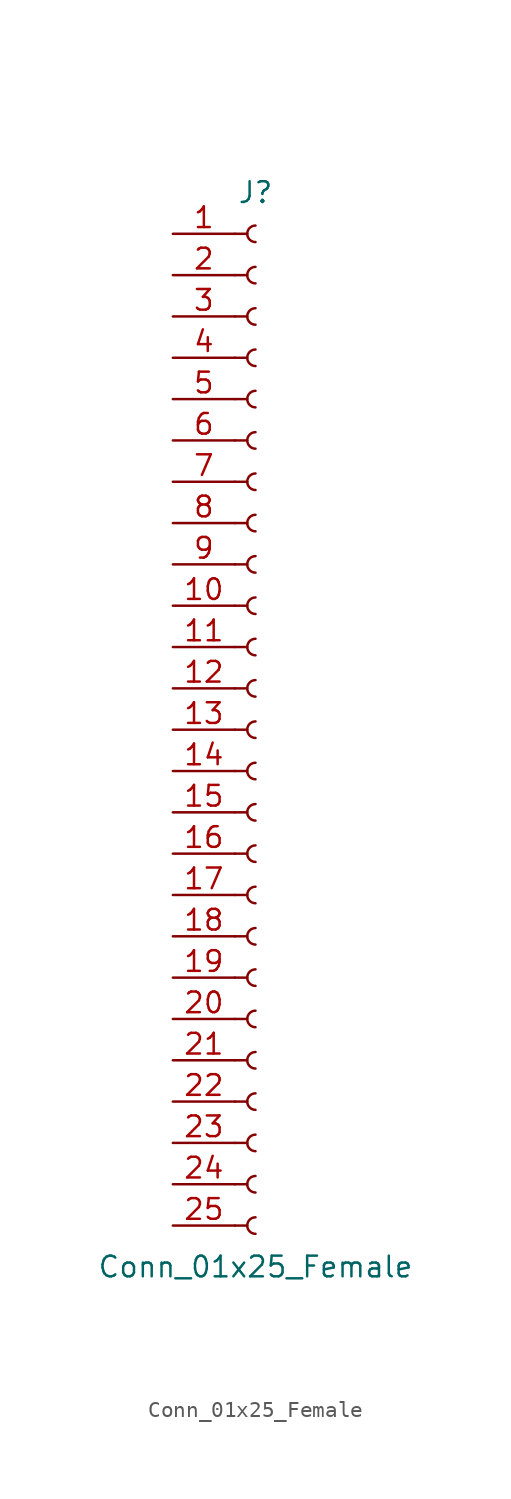
<source format=kicad_sym>
(kicad_symbol_lib
  (version 20201005)
  (generator kicad_symbol_editor)
  (symbol "Conn_01x25_Female"
    (pin_names
      (offset 1.016) hide)
    (property "Reference" "J"
      (at 0 33.02 0)
      (effects (font (size 1.27 1.27))))
    (property "Value" "Conn_01x25_Female"
      (at 0 -33.02 0)
      (effects (font (size 1.27 1.27))))
    (symbol "Conn_01x25_Female_1_1"
      (arc (start 0 -29.972) (end 0 -30.988) (radius (at 0 -30.48) (length 0.508) (angles 90.1 -90.1)) (stroke (width 0.1524)) (fill (type none)))
      (arc (start 0 -27.432) (end 0 -28.448) (radius (at 0 -27.94) (length 0.508) (angles 90.1 -90.1)) (stroke (width 0.1524)) (fill (type none)))
      (arc (start 0 -24.892) (end 0 -25.908) (radius (at 0 -25.4) (length 0.508) (angles 90.1 -90.1)) (stroke (width 0.1524)) (fill (type none)))
      (arc (start 0 -22.352) (end 0 -23.368) (radius (at 0 -22.86) (length 0.508) (angles 90.1 -90.1)) (stroke (width 0.1524)) (fill (type none)))
      (arc (start 0 -19.812) (end 0 -20.828) (radius (at 0 -20.32) (length 0.508) (angles 90.1 -90.1)) (stroke (width 0.1524)) (fill (type none)))
      (arc (start 0 -17.272) (end 0 -18.288) (radius (at 0 -17.78) (length 0.508) (angles 90.1 -90.1)) (stroke (width 0.1524)) (fill (type none)))
      (arc (start 0 -14.732) (end 0 -15.748) (radius (at 0 -15.24) (length 0.508) (angles 90.1 -90.1)) (stroke (width 0.1524)) (fill (type none)))
      (arc (start 0 -12.192) (end 0 -13.208) (radius (at 0 -12.7) (length 0.508) (angles 90.1 -90.1)) (stroke (width 0.1524)) (fill (type none)))
      (arc (start 0 -9.652) (end 0 -10.668) (radius (at 0 -10.16) (length 0.508) (angles 90.1 -90.1)) (stroke (width 0.1524)) (fill (type none)))
      (arc (start 0 -7.112) (end 0 -8.128) (radius (at 0 -7.62) (length 0.508) (angles 90.1 -90.1)) (stroke (width 0.1524)) (fill (type none)))
      (arc (start 0 -4.572) (end 0 -5.588) (radius (at 0 -5.08) (length 0.508) (angles 90.1 -90.1)) (stroke (width 0.1524)) (fill (type none)))
      (arc (start 0 -2.032) (end 0 -3.048) (radius (at 0 -2.54) (length 0.508) (angles 90.1 -90.1)) (stroke (width 0.1524)) (fill (type none)))
      (arc (start 0 0.508) (end 0 -0.508) (radius (at 0 0) (length 0.508) (angles 90.1 -90.1)) (stroke (width 0.1524)) (fill (type none)))
      (arc (start 0 3.048) (end 0 2.032) (radius (at 0 2.54) (length 0.508) (angles 90.1 -90.1)) (stroke (width 0.1524)) (fill (type none)))
      (arc (start 0 5.588) (end 0 4.572) (radius (at 0 5.08) (length 0.508) (angles 90.1 -90.1)) (stroke (width 0.1524)) (fill (type none)))
      (arc (start 0 8.128) (end 0 7.112) (radius (at 0 7.62) (length 0.508) (angles 90.1 -90.1)) (stroke (width 0.1524)) (fill (type none)))
      (arc (start 0 10.668) (end 0 9.652) (radius (at 0 10.16) (length 0.508) (angles 90.1 -90.1)) (stroke (width 0.1524)) (fill (type none)))
      (arc (start 0 13.208) (end 0 12.192) (radius (at 0 12.7) (length 0.508) (angles 90.1 -90.1)) (stroke (width 0.1524)) (fill (type none)))
      (arc (start 0 15.748) (end 0 14.732) (radius (at 0 15.24) (length 0.508) (angles 90.1 -90.1)) (stroke (width 0.1524)) (fill (type none)))
      (arc (start 0 18.288) (end 0 17.272) (radius (at 0 17.78) (length 0.508) (angles 90.1 -90.1)) (stroke (width 0.1524)) (fill (type none)))
      (arc (start 0 20.828) (end 0 19.812) (radius (at 0 20.32) (length 0.508) (angles 90.1 -90.1)) (stroke (width 0.1524)) (fill (type none)))
      (arc (start 0 23.368) (end 0 22.352) (radius (at 0 22.86) (length 0.508) (angles 90.1 -90.1)) (stroke (width 0.1524)) (fill (type none)))
      (arc (start 0 25.908) (end 0 24.892) (radius (at 0 25.4) (length 0.508) (angles 90.1 -90.1)) (stroke (width 0.1524)) (fill (type none)))
      (arc (start 0 28.448) (end 0 27.432) (radius (at 0 27.94) (length 0.508) (angles 90.1 -90.1)) (stroke (width 0.1524)) (fill (type none)))
      (arc (start 0 30.988) (end 0 29.972) (radius (at 0 30.48) (length 0.508) (angles 90.1 -90.1)) (stroke (width 0.1524)) (fill (type none)))
      (polyline (pts (xy -1.27 -30.48) (xy -0.508 -30.48)) (stroke (width 0.152)) (fill (type none)))
      (polyline (pts (xy -1.27 -27.94) (xy -0.508 -27.94)) (stroke (width 0.152)) (fill (type none)))
      (polyline (pts (xy -1.27 -25.4) (xy -0.508 -25.4)) (stroke (width 0.152)) (fill (type none)))
      (polyline (pts (xy -1.27 -22.86) (xy -0.508 -22.86)) (stroke (width 0.152)) (fill (type none)))
      (polyline (pts (xy -1.27 -20.32) (xy -0.508 -20.32)) (stroke (width 0.152)) (fill (type none)))
      (polyline (pts (xy -1.27 -17.78) (xy -0.508 -17.78)) (stroke (width 0.152)) (fill (type none)))
      (polyline (pts (xy -1.27 -15.24) (xy -0.508 -15.24)) (stroke (width 0.152)) (fill (type none)))
      (polyline (pts (xy -1.27 -12.7) (xy -0.508 -12.7)) (stroke (width 0.152)) (fill (type none)))
      (polyline (pts (xy -1.27 -10.16) (xy -0.508 -10.16)) (stroke (width 0.152)) (fill (type none)))
      (polyline (pts (xy -1.27 -7.62) (xy -0.508 -7.62)) (stroke (width 0.152)) (fill (type none)))
      (polyline (pts (xy -1.27 -5.08) (xy -0.508 -5.08)) (stroke (width 0.152)) (fill (type none)))
      (polyline (pts (xy -1.27 -2.54) (xy -0.508 -2.54)) (stroke (width 0.152)) (fill (type none)))
      (polyline (pts (xy -1.27 0) (xy -0.508 0)) (stroke (width 0.152)) (fill (type none)))
      (polyline (pts (xy -1.27 2.54) (xy -0.508 2.54)) (stroke (width 0.152)) (fill (type none)))
      (polyline (pts (xy -1.27 5.08) (xy -0.508 5.08)) (stroke (width 0.152)) (fill (type none)))
      (polyline (pts (xy -1.27 7.62) (xy -0.508 7.62)) (stroke (width 0.152)) (fill (type none)))
      (polyline (pts (xy -1.27 10.16) (xy -0.508 10.16)) (stroke (width 0.152)) (fill (type none)))
      (polyline (pts (xy -1.27 12.7) (xy -0.508 12.7)) (stroke (width 0.152)) (fill (type none)))
      (polyline (pts (xy -1.27 15.24) (xy -0.508 15.24)) (stroke (width 0.152)) (fill (type none)))
      (polyline (pts (xy -1.27 17.78) (xy -0.508 17.78)) (stroke (width 0.152)) (fill (type none)))
      (polyline (pts (xy -1.27 20.32) (xy -0.508 20.32)) (stroke (width 0.152)) (fill (type none)))
      (polyline (pts (xy -1.27 22.86) (xy -0.508 22.86)) (stroke (width 0.152)) (fill (type none)))
      (polyline (pts (xy -1.27 25.4) (xy -0.508 25.4)) (stroke (width 0.152)) (fill (type none)))
      (polyline (pts (xy -1.27 27.94) (xy -0.508 27.94)) (stroke (width 0.152)) (fill (type none)))
      (polyline (pts (xy -1.27 30.48) (xy -0.508 30.48)) (stroke (width 0.152)) (fill (type none)))
      (pin passive line (at -5.08 30.48 0) (length 3.81) (name "Pin_1" (effects (font (size 1.27 1.27)))) (number "1" (effects (font (size 1.27 1.27)))))
      (pin passive line (at -5.08 7.62 0) (length 3.81) (name "Pin_10" (effects (font (size 1.27 1.27)))) (number "10" (effects (font (size 1.27 1.27)))))
      (pin passive line (at -5.08 5.08 0) (length 3.81) (name "Pin_11" (effects (font (size 1.27 1.27)))) (number "11" (effects (font (size 1.27 1.27)))))
      (pin passive line (at -5.08 2.54 0) (length 3.81) (name "Pin_12" (effects (font (size 1.27 1.27)))) (number "12" (effects (font (size 1.27 1.27)))))
      (pin passive line (at -5.08 0 0) (length 3.81) (name "Pin_13" (effects (font (size 1.27 1.27)))) (number "13" (effects (font (size 1.27 1.27)))))
      (pin passive line (at -5.08 -2.54 0) (length 3.81) (name "Pin_14" (effects (font (size 1.27 1.27)))) (number "14" (effects (font (size 1.27 1.27)))))
      (pin passive line (at -5.08 -5.08 0) (length 3.81) (name "Pin_15" (effects (font (size 1.27 1.27)))) (number "15" (effects (font (size 1.27 1.27)))))
      (pin passive line (at -5.08 -7.62 0) (length 3.81) (name "Pin_16" (effects (font (size 1.27 1.27)))) (number "16" (effects (font (size 1.27 1.27)))))
      (pin passive line (at -5.08 -10.16 0) (length 3.81) (name "Pin_17" (effects (font (size 1.27 1.27)))) (number "17" (effects (font (size 1.27 1.27)))))
      (pin passive line (at -5.08 -12.7 0) (length 3.81) (name "Pin_18" (effects (font (size 1.27 1.27)))) (number "18" (effects (font (size 1.27 1.27)))))
      (pin passive line (at -5.08 -15.24 0) (length 3.81) (name "Pin_19" (effects (font (size 1.27 1.27)))) (number "19" (effects (font (size 1.27 1.27)))))
      (pin passive line (at -5.08 27.94 0) (length 3.81) (name "Pin_2" (effects (font (size 1.27 1.27)))) (number "2" (effects (font (size 1.27 1.27)))))
      (pin passive line (at -5.08 -17.78 0) (length 3.81) (name "Pin_20" (effects (font (size 1.27 1.27)))) (number "20" (effects (font (size 1.27 1.27)))))
      (pin passive line (at -5.08 -20.32 0) (length 3.81) (name "Pin_21" (effects (font (size 1.27 1.27)))) (number "21" (effects (font (size 1.27 1.27)))))
      (pin passive line (at -5.08 -22.86 0) (length 3.81) (name "Pin_22" (effects (font (size 1.27 1.27)))) (number "22" (effects (font (size 1.27 1.27)))))
      (pin passive line (at -5.08 -25.4 0) (length 3.81) (name "Pin_23" (effects (font (size 1.27 1.27)))) (number "23" (effects (font (size 1.27 1.27)))))
      (pin passive line (at -5.08 -27.94 0) (length 3.81) (name "Pin_24" (effects (font (size 1.27 1.27)))) (number "24" (effects (font (size 1.27 1.27)))))
      (pin passive line (at -5.08 -30.48 0) (length 3.81) (name "Pin_25" (effects (font (size 1.27 1.27)))) (number "25" (effects (font (size 1.27 1.27)))))
      (pin passive line (at -5.08 25.4 0) (length 3.81) (name "Pin_3" (effects (font (size 1.27 1.27)))) (number "3" (effects (font (size 1.27 1.27)))))
      (pin passive line (at -5.08 22.86 0) (length 3.81) (name "Pin_4" (effects (font (size 1.27 1.27)))) (number "4" (effects (font (size 1.27 1.27)))))
      (pin passive line (at -5.08 20.32 0) (length 3.81) (name "Pin_5" (effects (font (size 1.27 1.27)))) (number "5" (effects (font (size 1.27 1.27)))))
      (pin passive line (at -5.08 17.78 0) (length 3.81) (name "Pin_6" (effects (font (size 1.27 1.27)))) (number "6" (effects (font (size 1.27 1.27)))))
      (pin passive line (at -5.08 15.24 0) (length 3.81) (name "Pin_7" (effects (font (size 1.27 1.27)))) (number "7" (effects (font (size 1.27 1.27)))))
      (pin passive line (at -5.08 12.7 0) (length 3.81) (name "Pin_8" (effects (font (size 1.27 1.27)))) (number "8" (effects (font (size 1.27 1.27)))))
      (pin passive line (at -5.08 10.16 0) (length 3.81) (name "Pin_9" (effects (font (size 1.27 1.27)))) (number "9" (effects (font (size 1.27 1.27))))))))
</source>
